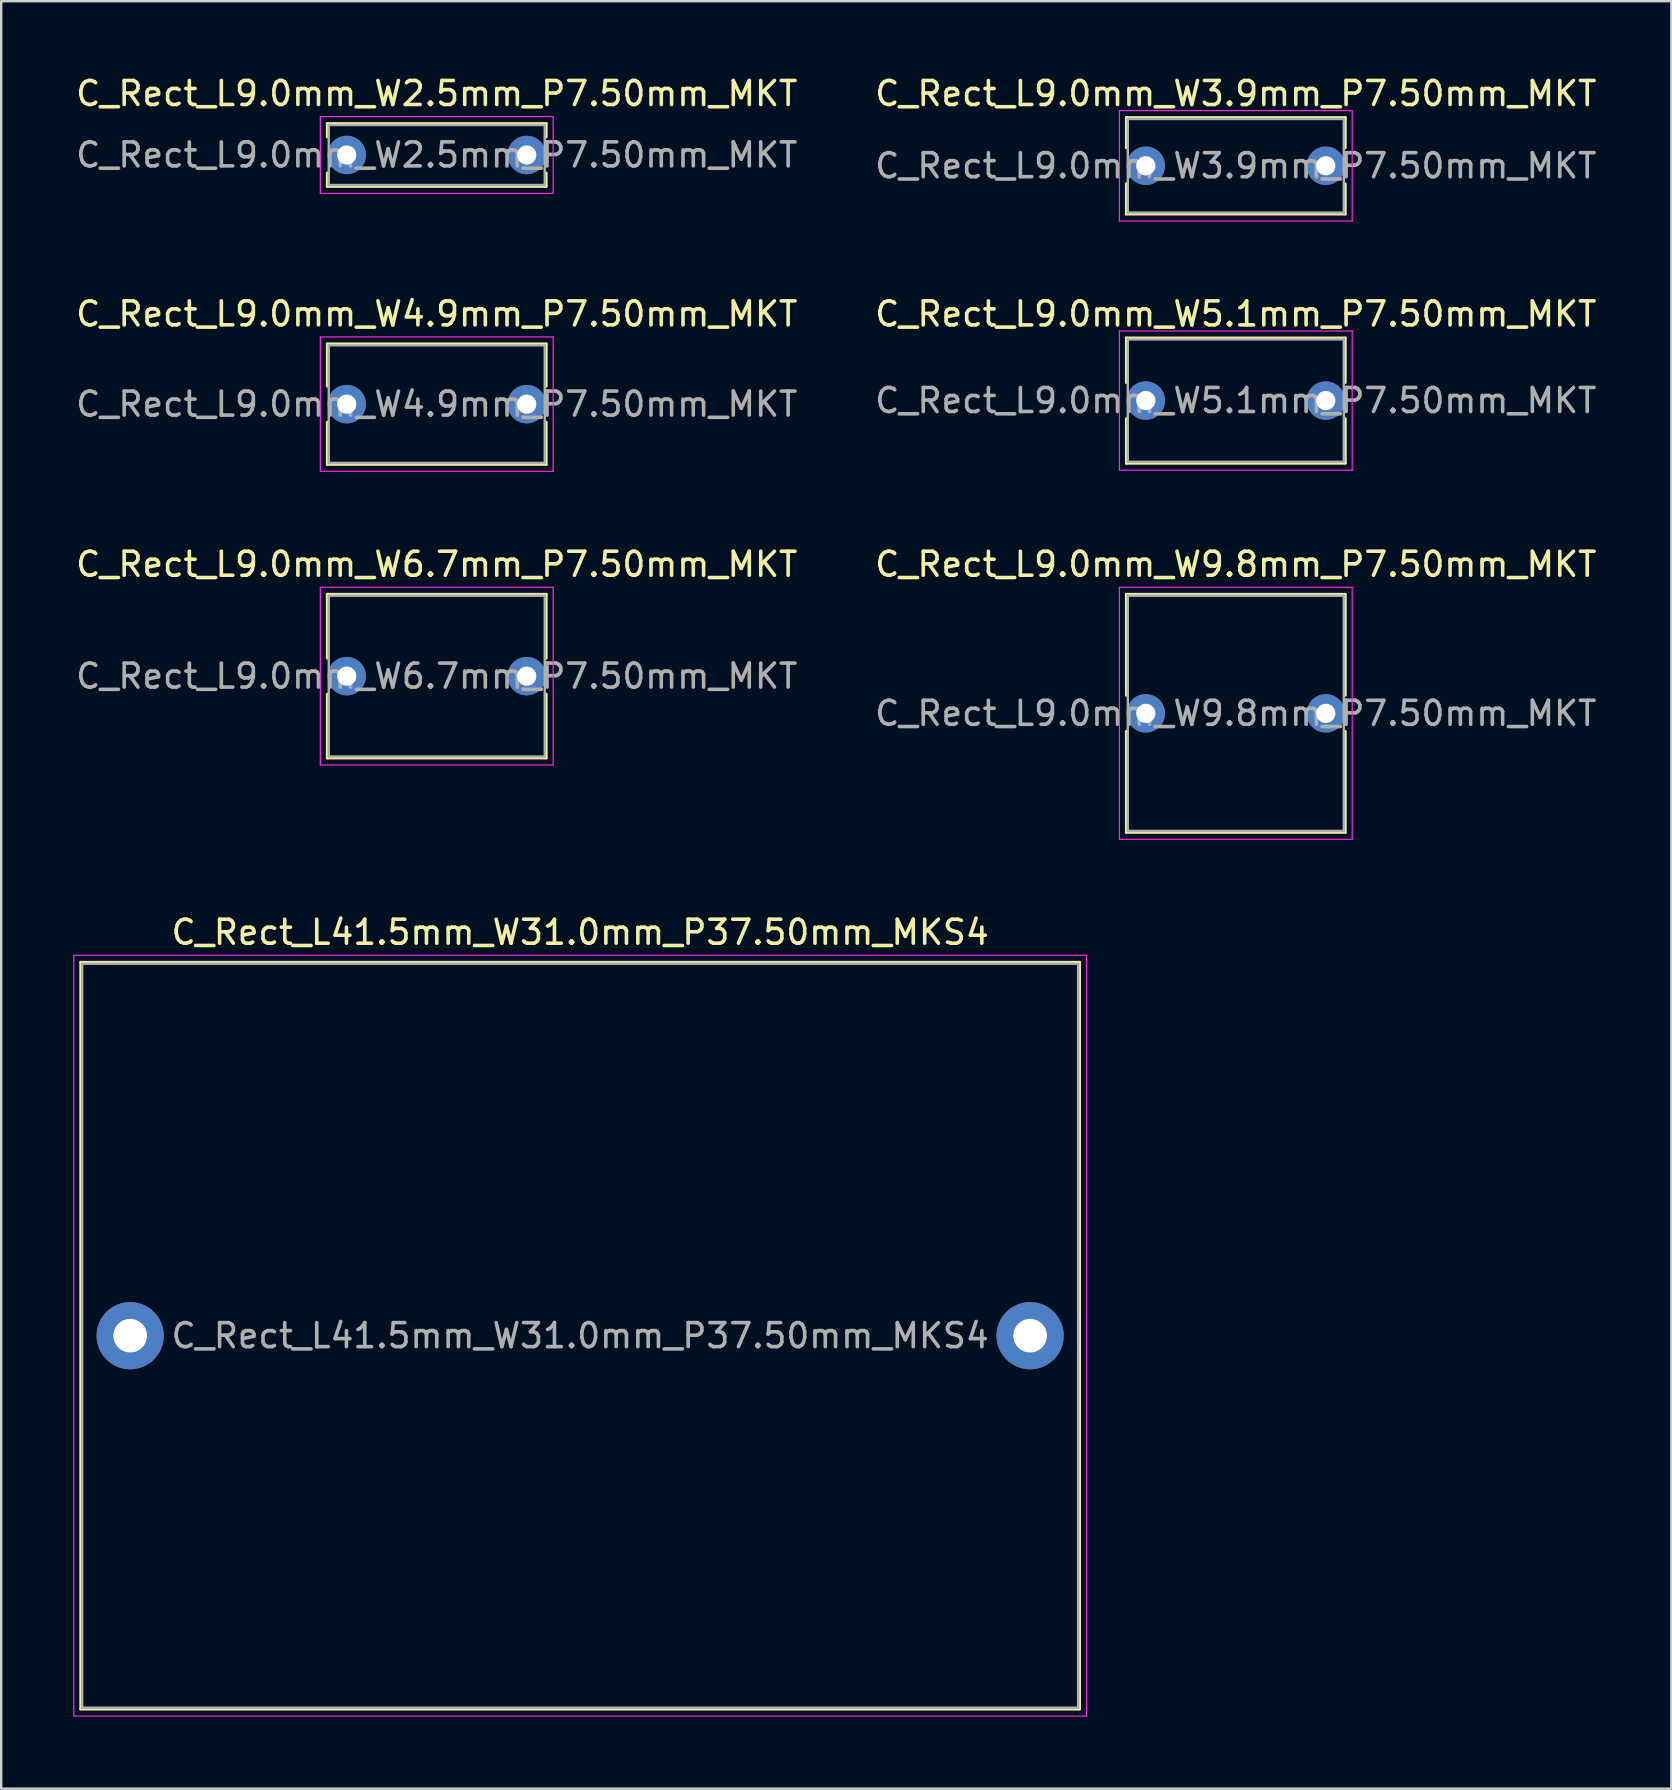
<source format=kicad_pcb>
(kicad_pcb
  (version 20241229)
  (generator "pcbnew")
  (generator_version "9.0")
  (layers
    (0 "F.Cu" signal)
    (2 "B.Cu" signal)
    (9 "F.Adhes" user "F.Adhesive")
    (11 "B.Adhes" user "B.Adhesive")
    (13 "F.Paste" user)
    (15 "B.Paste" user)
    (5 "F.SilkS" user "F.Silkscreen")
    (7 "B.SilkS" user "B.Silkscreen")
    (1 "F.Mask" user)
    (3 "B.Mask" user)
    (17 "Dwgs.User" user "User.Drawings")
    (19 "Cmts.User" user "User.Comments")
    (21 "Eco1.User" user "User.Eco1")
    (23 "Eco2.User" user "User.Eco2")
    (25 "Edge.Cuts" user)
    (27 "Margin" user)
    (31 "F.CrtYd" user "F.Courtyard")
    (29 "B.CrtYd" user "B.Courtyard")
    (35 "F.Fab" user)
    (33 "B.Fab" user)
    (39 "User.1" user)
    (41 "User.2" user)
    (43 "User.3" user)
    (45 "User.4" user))
  (footprint "C_Rect_L9.0mm_W9.8mm_P7.50mm_MKT"
    (layer "F.Cu")
    (at 44.696 26.675)
    (property "Reference" "C_Rect_L9.0mm_W9.8mm_P7.50mm_MKT" (at 3.75 -6.21 0) (layer "F.SilkS") (effects (font (size 1 1) (thickness 0.15))))
    (attr through_hole)
    (fp_line (start -0.81 -4.96) (end -0.81 -0.75) (stroke (width 0.12) (type solid)) (layer "F.SilkS"))
    (fp_line (start -0.81 -4.96) (end 8.31 -4.96) (stroke (width 0.12) (type solid)) (layer "F.SilkS"))
    (fp_line (start -0.81 0.75) (end -0.81 4.96) (stroke (width 0.12) (type solid)) (layer "F.SilkS"))
    (fp_line (start -0.81 4.96) (end 8.31 4.96) (stroke (width 0.12) (type solid)) (layer "F.SilkS"))
    (fp_line (start 8.31 -4.96) (end 8.31 -0.75) (stroke (width 0.12) (type solid)) (layer "F.SilkS"))
    (fp_line (start 8.31 0.75) (end 8.31 4.96) (stroke (width 0.12) (type solid)) (layer "F.SilkS"))
    (fp_line (start -1.1 -5.25) (end -1.1 5.25) (stroke (width 0.05) (type solid)) (layer "F.CrtYd"))
    (fp_line (start -1.1 5.25) (end 8.6 5.25) (stroke (width 0.05) (type solid)) (layer "F.CrtYd"))
    (fp_line (start 8.6 -5.25) (end -1.1 -5.25) (stroke (width 0.05) (type solid)) (layer "F.CrtYd"))
    (fp_line (start 8.6 5.25) (end 8.6 -5.25) (stroke (width 0.05) (type solid)) (layer "F.CrtYd"))
    (fp_line (start -0.75 -4.9) (end -0.75 4.9) (stroke (width 0.1) (type solid)) (layer "F.Fab"))
    (fp_line (start -0.75 4.9) (end 8.25 4.9) (stroke (width 0.1) (type solid)) (layer "F.Fab"))
    (fp_line (start 8.25 -4.9) (end -0.75 -4.9) (stroke (width 0.1) (type solid)) (layer "F.Fab"))
    (fp_line (start 8.25 4.9) (end 8.25 -4.9) (stroke (width 0.1) (type solid)) (layer "F.Fab"))
    (fp_text user "${REFERENCE}" (at 3.75 0 0) (layer "F.Fab") (effects (font (size 1 1) (thickness 0.15))))
    (pad "1" thru_hole circle (at 0 0) (size 1.6 1.6) (drill 0.8) (layers "*.Cu" "*.Mask"))
    (pad "2" thru_hole circle (at 7.5 0) (size 1.6 1.6) (drill 0.8) (layers "*.Cu" "*.Mask")))
  (footprint "C_Rect_L9.0mm_W4.9mm_P7.50mm_MKT"
    (layer "F.Cu")
    (at 11.399 13.791)
    (property "Reference" "C_Rect_L9.0mm_W4.9mm_P7.50mm_MKT" (at 3.75 -3.76 0) (layer "F.SilkS") (effects (font (size 1 1) (thickness 0.15))))
    (attr through_hole)
    (fp_line (start -0.81 -2.51) (end -0.81 -0.75) (stroke (width 0.12) (type solid)) (layer "F.SilkS"))
    (fp_line (start -0.81 -2.51) (end 8.31 -2.51) (stroke (width 0.12) (type solid)) (layer "F.SilkS"))
    (fp_line (start -0.81 0.75) (end -0.81 2.51) (stroke (width 0.12) (type solid)) (layer "F.SilkS"))
    (fp_line (start -0.81 2.51) (end 8.31 2.51) (stroke (width 0.12) (type solid)) (layer "F.SilkS"))
    (fp_line (start 8.31 -2.51) (end 8.31 -0.75) (stroke (width 0.12) (type solid)) (layer "F.SilkS"))
    (fp_line (start 8.31 0.75) (end 8.31 2.51) (stroke (width 0.12) (type solid)) (layer "F.SilkS"))
    (fp_line (start -1.1 -2.8) (end -1.1 2.8) (stroke (width 0.05) (type solid)) (layer "F.CrtYd"))
    (fp_line (start -1.1 2.8) (end 8.6 2.8) (stroke (width 0.05) (type solid)) (layer "F.CrtYd"))
    (fp_line (start 8.6 -2.8) (end -1.1 -2.8) (stroke (width 0.05) (type solid)) (layer "F.CrtYd"))
    (fp_line (start 8.6 2.8) (end 8.6 -2.8) (stroke (width 0.05) (type solid)) (layer "F.CrtYd"))
    (fp_line (start -0.75 -2.45) (end -0.75 2.45) (stroke (width 0.1) (type solid)) (layer "F.Fab"))
    (fp_line (start -0.75 2.45) (end 8.25 2.45) (stroke (width 0.1) (type solid)) (layer "F.Fab"))
    (fp_line (start 8.25 -2.45) (end -0.75 -2.45) (stroke (width 0.1) (type solid)) (layer "F.Fab"))
    (fp_line (start 8.25 2.45) (end 8.25 -2.45) (stroke (width 0.1) (type solid)) (layer "F.Fab"))
    (fp_text user "${REFERENCE}" (at 3.75 0 0) (layer "F.Fab") (effects (font (size 1 1) (thickness 0.15))))
    (pad "1" thru_hole circle (at 0 0) (size 1.6 1.6) (drill 0.8) (layers "*.Cu" "*.Mask"))
    (pad "2" thru_hole circle (at 7.5 0) (size 1.6 1.6) (drill 0.8) (layers "*.Cu" "*.Mask")))
  (footprint "C_Rect_L9.0mm_W2.5mm_P7.50mm_MKT"
    (layer "F.Cu")
    (at 11.399 3.408)
    (property "Reference" "C_Rect_L9.0mm_W2.5mm_P7.50mm_MKT" (at 3.75 -2.56 0) (layer "F.SilkS") (effects (font (size 1 1) (thickness 0.15))))
    (attr through_hole)
    (fp_line (start -0.81 -1.31) (end -0.81 -0.75) (stroke (width 0.12) (type solid)) (layer "F.SilkS"))
    (fp_line (start -0.81 -1.31) (end 8.31 -1.31) (stroke (width 0.12) (type solid)) (layer "F.SilkS"))
    (fp_line (start -0.81 0.75) (end -0.81 1.31) (stroke (width 0.12) (type solid)) (layer "F.SilkS"))
    (fp_line (start -0.81 1.31) (end 8.31 1.31) (stroke (width 0.12) (type solid)) (layer "F.SilkS"))
    (fp_line (start 8.31 -1.31) (end 8.31 -0.75) (stroke (width 0.12) (type solid)) (layer "F.SilkS"))
    (fp_line (start 8.31 0.75) (end 8.31 1.31) (stroke (width 0.12) (type solid)) (layer "F.SilkS"))
    (fp_line (start -1.1 -1.6) (end -1.1 1.6) (stroke (width 0.05) (type solid)) (layer "F.CrtYd"))
    (fp_line (start -1.1 1.6) (end 8.6 1.6) (stroke (width 0.05) (type solid)) (layer "F.CrtYd"))
    (fp_line (start 8.6 -1.6) (end -1.1 -1.6) (stroke (width 0.05) (type solid)) (layer "F.CrtYd"))
    (fp_line (start 8.6 1.6) (end 8.6 -1.6) (stroke (width 0.05) (type solid)) (layer "F.CrtYd"))
    (fp_line (start -0.75 -1.25) (end -0.75 1.25) (stroke (width 0.1) (type solid)) (layer "F.Fab"))
    (fp_line (start -0.75 1.25) (end 8.25 1.25) (stroke (width 0.1) (type solid)) (layer "F.Fab"))
    (fp_line (start 8.25 -1.25) (end -0.75 -1.25) (stroke (width 0.1) (type solid)) (layer "F.Fab"))
    (fp_line (start 8.25 1.25) (end 8.25 -1.25) (stroke (width 0.1) (type solid)) (layer "F.Fab"))
    (fp_text user "${REFERENCE}" (at 3.75 0 0) (layer "F.Fab") (effects (font (size 1 1) (thickness 0.15))))
    (pad "1" thru_hole circle (at 0 0) (size 1.6 1.6) (drill 0.8) (layers "*.Cu" "*.Mask"))
    (pad "2" thru_hole circle (at 7.5 0) (size 1.6 1.6) (drill 0.8) (layers "*.Cu" "*.Mask")))
  (footprint "C_Rect_L9.0mm_W5.1mm_P7.50mm_MKT"
    (layer "F.Cu")
    (at 44.696 13.642)
    (property "Reference" "C_Rect_L9.0mm_W5.1mm_P7.50mm_MKT" (at 3.75 -3.61 0) (layer "F.SilkS") (effects (font (size 1 1) (thickness 0.15))))
    (attr through_hole)
    (fp_line (start -0.81 -2.61) (end -0.81 -0.75) (stroke (width 0.12) (type solid)) (layer "F.SilkS"))
    (fp_line (start -0.81 -2.61) (end 8.31 -2.61) (stroke (width 0.12) (type solid)) (layer "F.SilkS"))
    (fp_line (start -0.81 0.75) (end -0.81 2.61) (stroke (width 0.12) (type solid)) (layer "F.SilkS"))
    (fp_line (start -0.81 2.61) (end 8.31 2.61) (stroke (width 0.12) (type solid)) (layer "F.SilkS"))
    (fp_line (start 8.31 -2.61) (end 8.31 -0.75) (stroke (width 0.12) (type solid)) (layer "F.SilkS"))
    (fp_line (start 8.31 0.75) (end 8.31 2.61) (stroke (width 0.12) (type solid)) (layer "F.SilkS"))
    (fp_line (start -1.1 -2.9) (end -1.1 2.9) (stroke (width 0.05) (type solid)) (layer "F.CrtYd"))
    (fp_line (start -1.1 2.9) (end 8.6 2.9) (stroke (width 0.05) (type solid)) (layer "F.CrtYd"))
    (fp_line (start 8.6 -2.9) (end -1.1 -2.9) (stroke (width 0.05) (type solid)) (layer "F.CrtYd"))
    (fp_line (start 8.6 2.9) (end 8.6 -2.9) (stroke (width 0.05) (type solid)) (layer "F.CrtYd"))
    (fp_line (start -0.75 -2.55) (end -0.75 2.55) (stroke (width 0.1) (type solid)) (layer "F.Fab"))
    (fp_line (start -0.75 2.55) (end 8.25 2.55) (stroke (width 0.1) (type solid)) (layer "F.Fab"))
    (fp_line (start 8.25 -2.55) (end -0.75 -2.55) (stroke (width 0.1) (type solid)) (layer "F.Fab"))
    (fp_line (start 8.25 2.55) (end 8.25 -2.55) (stroke (width 0.1) (type solid)) (layer "F.Fab"))
    (fp_text user "${REFERENCE}" (at 3.75 0 0) (layer "F.Fab") (effects (font (size 1 1) (thickness 0.15))))
    (pad "1" thru_hole circle (at 0 0) (size 1.6 1.6) (drill 0.8) (layers "*.Cu" "*.Mask"))
    (pad "2" thru_hole circle (at 7.5 0) (size 1.6 1.6) (drill 0.8) (layers "*.Cu" "*.Mask")))
  (footprint "C_Rect_L9.0mm_W6.7mm_P7.50mm_MKT"
    (layer "F.Cu")
    (at 11.399 25.125)
    (property "Reference" "C_Rect_L9.0mm_W6.7mm_P7.50mm_MKT" (at 3.75 -4.66 0) (layer "F.SilkS") (effects (font (size 1 1) (thickness 0.15))))
    (attr through_hole)
    (fp_line (start -0.81 -3.41) (end -0.81 -0.75) (stroke (width 0.12) (type solid)) (layer "F.SilkS"))
    (fp_line (start -0.81 -3.41) (end 8.31 -3.41) (stroke (width 0.12) (type solid)) (layer "F.SilkS"))
    (fp_line (start -0.81 0.75) (end -0.81 3.41) (stroke (width 0.12) (type solid)) (layer "F.SilkS"))
    (fp_line (start -0.81 3.41) (end 8.31 3.41) (stroke (width 0.12) (type solid)) (layer "F.SilkS"))
    (fp_line (start 8.31 -3.41) (end 8.31 -0.75) (stroke (width 0.12) (type solid)) (layer "F.SilkS"))
    (fp_line (start 8.31 0.75) (end 8.31 3.41) (stroke (width 0.12) (type solid)) (layer "F.SilkS"))
    (fp_line (start -1.1 -3.7) (end -1.1 3.7) (stroke (width 0.05) (type solid)) (layer "F.CrtYd"))
    (fp_line (start -1.1 3.7) (end 8.6 3.7) (stroke (width 0.05) (type solid)) (layer "F.CrtYd"))
    (fp_line (start 8.6 -3.7) (end -1.1 -3.7) (stroke (width 0.05) (type solid)) (layer "F.CrtYd"))
    (fp_line (start 8.6 3.7) (end 8.6 -3.7) (stroke (width 0.05) (type solid)) (layer "F.CrtYd"))
    (fp_line (start -0.75 -3.35) (end -0.75 3.35) (stroke (width 0.1) (type solid)) (layer "F.Fab"))
    (fp_line (start -0.75 3.35) (end 8.25 3.35) (stroke (width 0.1) (type solid)) (layer "F.Fab"))
    (fp_line (start 8.25 -3.35) (end -0.75 -3.35) (stroke (width 0.1) (type solid)) (layer "F.Fab"))
    (fp_line (start 8.25 3.35) (end 8.25 -3.35) (stroke (width 0.1) (type solid)) (layer "F.Fab"))
    (fp_text user "${REFERENCE}" (at 3.75 0 0) (layer "F.Fab") (effects (font (size 1 1) (thickness 0.15))))
    (pad "1" thru_hole circle (at 0 0) (size 1.6 1.6) (drill 0.8) (layers "*.Cu" "*.Mask"))
    (pad "2" thru_hole circle (at 7.5 0) (size 1.6 1.6) (drill 0.8) (layers "*.Cu" "*.Mask")))
  (footprint "C_Rect_L9.0mm_W3.9mm_P7.50mm_MKT"
    (layer "F.Cu")
    (at 44.696 3.858)
    (property "Reference" "C_Rect_L9.0mm_W3.9mm_P7.50mm_MKT" (at 3.75 -3.01 0) (layer "F.SilkS") (effects (font (size 1 1) (thickness 0.15))))
    (attr through_hole)
    (fp_line (start -0.81 -2.01) (end -0.81 -0.75) (stroke (width 0.12) (type solid)) (layer "F.SilkS"))
    (fp_line (start -0.81 -2.01) (end 8.31 -2.01) (stroke (width 0.12) (type solid)) (layer "F.SilkS"))
    (fp_line (start -0.81 0.75) (end -0.81 2.01) (stroke (width 0.12) (type solid)) (layer "F.SilkS"))
    (fp_line (start -0.81 2.01) (end 8.31 2.01) (stroke (width 0.12) (type solid)) (layer "F.SilkS"))
    (fp_line (start 8.31 -2.01) (end 8.31 -0.75) (stroke (width 0.12) (type solid)) (layer "F.SilkS"))
    (fp_line (start 8.31 0.75) (end 8.31 2.01) (stroke (width 0.12) (type solid)) (layer "F.SilkS"))
    (fp_line (start -1.1 -2.3) (end -1.1 2.3) (stroke (width 0.05) (type solid)) (layer "F.CrtYd"))
    (fp_line (start -1.1 2.3) (end 8.6 2.3) (stroke (width 0.05) (type solid)) (layer "F.CrtYd"))
    (fp_line (start 8.6 -2.3) (end -1.1 -2.3) (stroke (width 0.05) (type solid)) (layer "F.CrtYd"))
    (fp_line (start 8.6 2.3) (end 8.6 -2.3) (stroke (width 0.05) (type solid)) (layer "F.CrtYd"))
    (fp_line (start -0.75 -1.95) (end -0.75 1.95) (stroke (width 0.1) (type solid)) (layer "F.Fab"))
    (fp_line (start -0.75 1.95) (end 8.25 1.95) (stroke (width 0.1) (type solid)) (layer "F.Fab"))
    (fp_line (start 8.25 -1.95) (end -0.75 -1.95) (stroke (width 0.1) (type solid)) (layer "F.Fab"))
    (fp_line (start 8.25 1.95) (end 8.25 -1.95) (stroke (width 0.1) (type solid)) (layer "F.Fab"))
    (fp_text user "${REFERENCE}" (at 3.75 0 0) (layer "F.Fab") (effects (font (size 1 1) (thickness 0.15))))
    (pad "1" thru_hole circle (at 0 0) (size 1.6 1.6) (drill 0.8) (layers "*.Cu" "*.Mask"))
    (pad "2" thru_hole circle (at 7.5 0) (size 1.6 1.6) (drill 0.8) (layers "*.Cu" "*.Mask")))
  (footprint "C_Rect_L41.5mm_W31.0mm_P37.50mm_MKS4"
    (layer "F.Cu")
    (at 2.375 52.608)
    (property "Reference" "C_Rect_L41.5mm_W31.0mm_P37.50mm_MKS4" (at 18.75 -16.81 0) (layer "F.SilkS") (effects (font (size 1 1) (thickness 0.15))))
    (attr through_hole)
    (fp_line (start -2.06 -15.56) (end -2.06 15.56) (stroke (width 0.12) (type solid)) (layer "F.SilkS"))
    (fp_line (start -2.06 -15.56) (end 39.56 -15.56) (stroke (width 0.12) (type solid)) (layer "F.SilkS"))
    (fp_line (start -2.06 15.56) (end 39.56 15.56) (stroke (width 0.12) (type solid)) (layer "F.SilkS"))
    (fp_line (start 39.56 -15.56) (end 39.56 15.56) (stroke (width 0.12) (type solid)) (layer "F.SilkS"))
    (fp_line (start -2.35 -15.85) (end -2.35 15.85) (stroke (width 0.05) (type solid)) (layer "F.CrtYd"))
    (fp_line (start -2.35 15.85) (end 39.85 15.85) (stroke (width 0.05) (type solid)) (layer "F.CrtYd"))
    (fp_line (start 39.85 -15.85) (end -2.35 -15.85) (stroke (width 0.05) (type solid)) (layer "F.CrtYd"))
    (fp_line (start 39.85 15.85) (end 39.85 -15.85) (stroke (width 0.05) (type solid)) (layer "F.CrtYd"))
    (fp_line (start -2 -15.5) (end -2 15.5) (stroke (width 0.1) (type solid)) (layer "F.Fab"))
    (fp_line (start -2 15.5) (end 39.5 15.5) (stroke (width 0.1) (type solid)) (layer "F.Fab"))
    (fp_line (start 39.5 -15.5) (end -2 -15.5) (stroke (width 0.1) (type solid)) (layer "F.Fab"))
    (fp_line (start 39.5 15.5) (end 39.5 -15.5) (stroke (width 0.1) (type solid)) (layer "F.Fab"))
    (fp_text user "${REFERENCE}" (at 18.75 0 0) (layer "F.Fab") (effects (font (size 1 1) (thickness 0.15))))
    (pad "1" thru_hole circle (at 0 0) (size 2.8 2.8) (drill 1.4) (layers "*.Cu" "*.Mask"))
    (pad "2" thru_hole circle (at 37.5 0) (size 2.8 2.8) (drill 1.4) (layers "*.Cu" "*.Mask")))
  (gr_rect
    (start -3 -3)
    (end 66.595 71.483)
    (stroke (width 0.1) (type default))
    (fill no)
    (layer "Edge.Cuts")))
</source>
